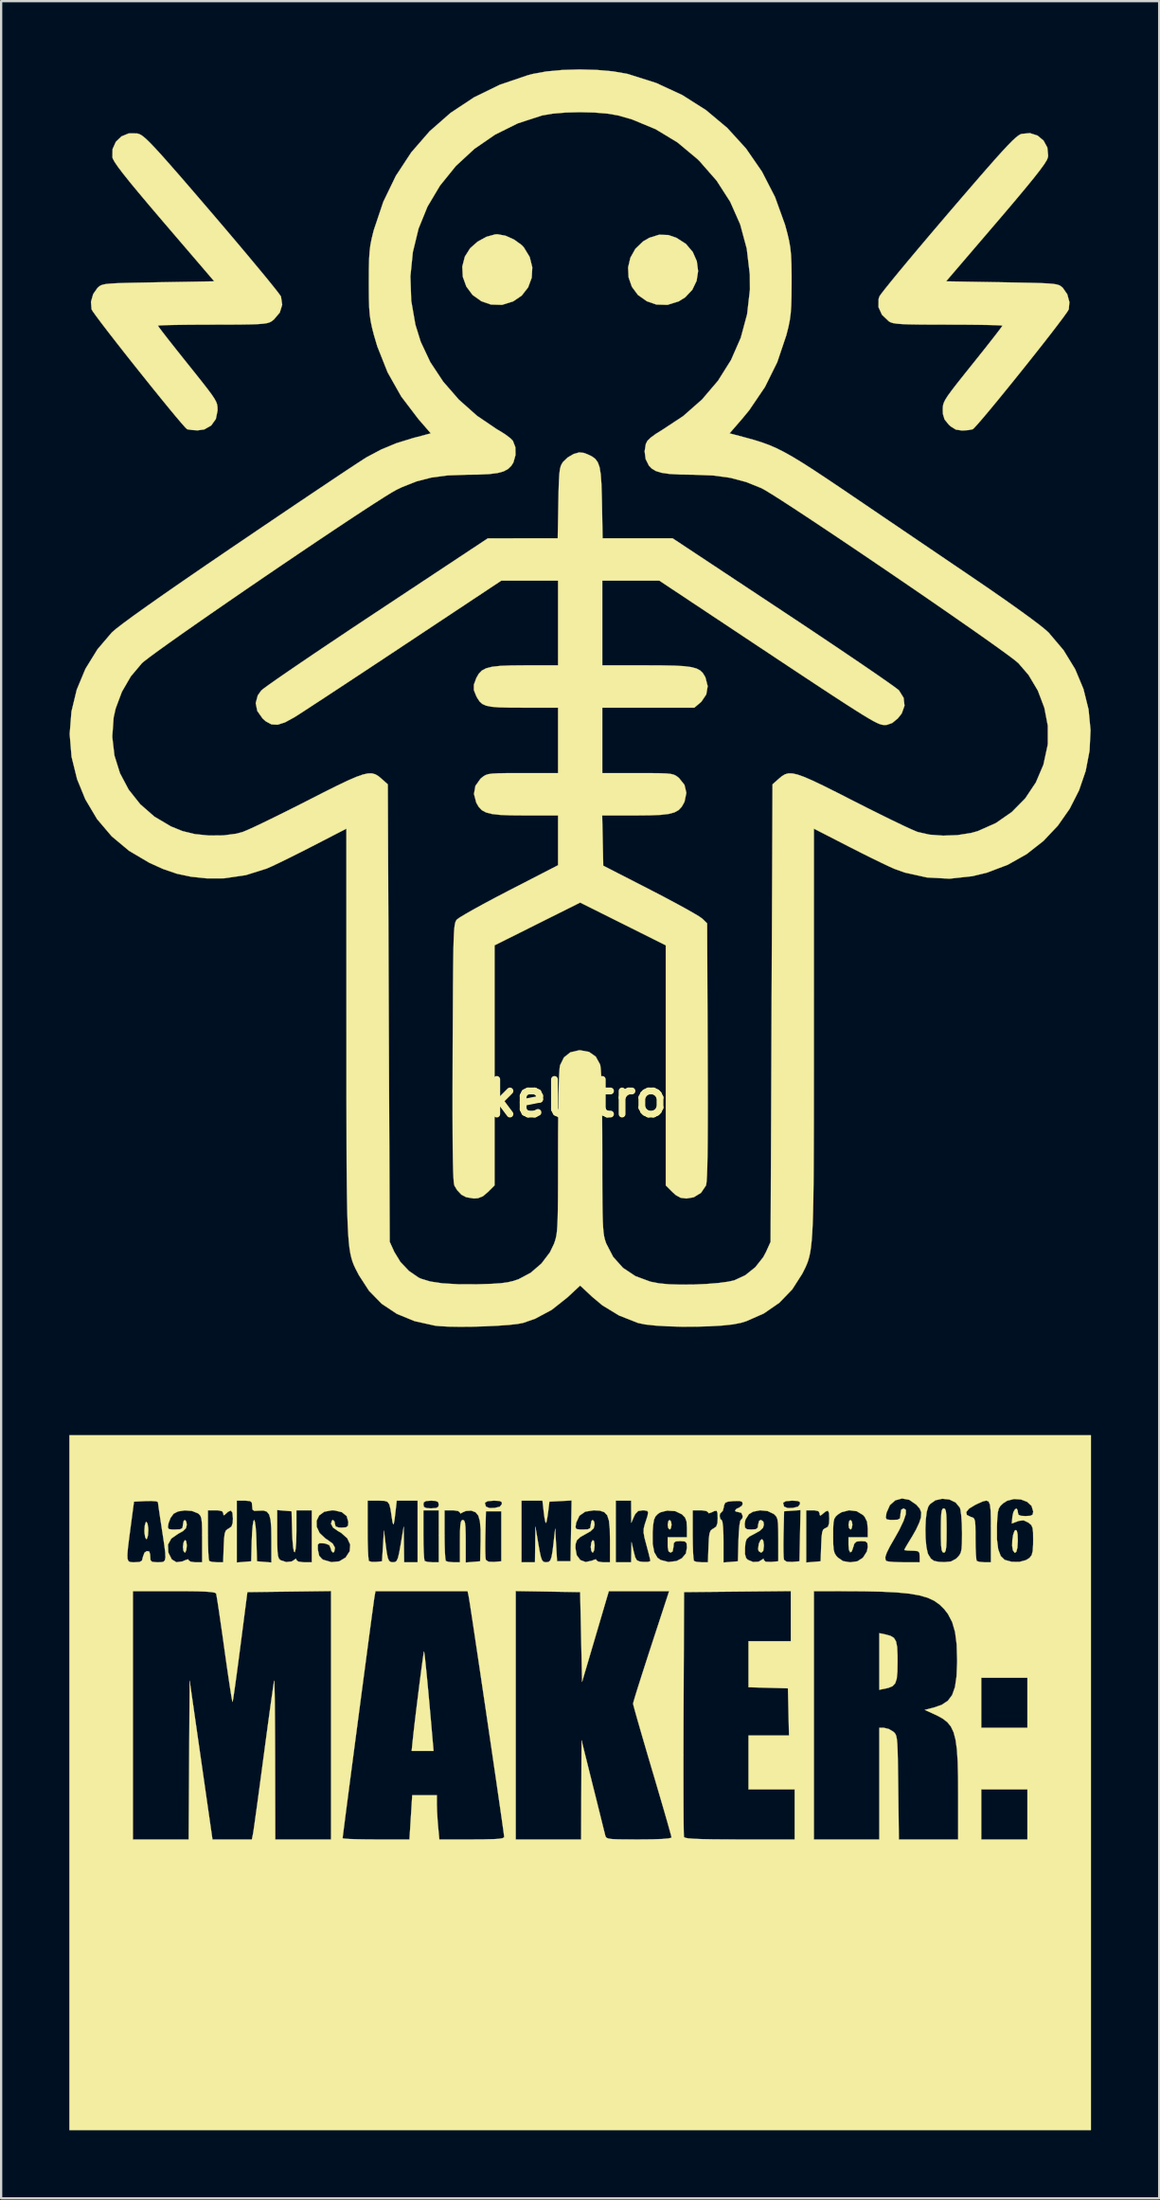
<source format=kicad_pcb>
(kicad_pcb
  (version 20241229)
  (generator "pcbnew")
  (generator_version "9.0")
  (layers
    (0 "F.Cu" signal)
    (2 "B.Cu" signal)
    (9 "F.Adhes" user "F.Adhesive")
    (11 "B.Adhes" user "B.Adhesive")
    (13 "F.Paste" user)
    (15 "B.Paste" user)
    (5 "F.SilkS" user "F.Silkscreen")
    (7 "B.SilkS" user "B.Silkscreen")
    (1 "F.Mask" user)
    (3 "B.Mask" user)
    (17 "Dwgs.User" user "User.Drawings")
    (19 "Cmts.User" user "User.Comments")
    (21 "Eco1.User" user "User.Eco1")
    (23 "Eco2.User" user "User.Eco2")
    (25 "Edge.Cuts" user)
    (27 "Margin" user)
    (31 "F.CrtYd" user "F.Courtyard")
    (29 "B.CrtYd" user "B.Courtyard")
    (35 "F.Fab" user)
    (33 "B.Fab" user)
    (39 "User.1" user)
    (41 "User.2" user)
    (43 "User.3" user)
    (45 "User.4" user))
  (footprint "skeletron"
    (layer "F.Cu")
    (at 22.442 45.266)
    (property "Reference" "skeletron" (at 0 0 0) (layer "F.SilkS") (effects (font (size 1.524 1.524) (thickness 0.3))))
    (attr through_hole)
    (fp_poly (pts (xy 4.043 18.614) (xy 4.064 18.754) (xy 4.035 18.913) (xy 3.979 18.965) (xy 3.916 18.893) (xy 3.895 18.754) (xy 3.924 18.595) (xy 3.979 18.542) (xy 4.043 18.614)) (stroke (width 0.01) (type solid)) (fill yes) (layer "F.SilkS"))
    (fp_poly (pts (xy 12.002 18.614) (xy 12.023 18.754) (xy 11.994 18.913) (xy 11.938 18.965) (xy 11.874 18.893) (xy 11.853 18.754) (xy 11.882 18.595) (xy 11.938 18.542) (xy 12.002 18.614)) (stroke (width 0.01) (type solid)) (fill yes) (layer "F.SilkS"))
    (fp_poly (pts (xy -17.299 19.467) (xy -17.273 19.639) (xy -17.272 19.68) (xy -17.293 19.878) (xy -17.345 19.978) (xy -17.357 19.981) (xy -17.417 19.908) (xy -17.441 19.732) (xy -17.415 19.537) (xy -17.357 19.431) (xy -17.299 19.467)) (stroke (width 0.01) (type solid)) (fill yes) (layer "F.SilkS"))
    (fp_poly (pts (xy 0.65 19.467) (xy 0.677 19.639) (xy 0.677 19.68) (xy 0.656 19.878) (xy 0.605 19.978) (xy 0.593 19.981) (xy 0.533 19.908) (xy 0.508 19.732) (xy 0.534 19.537) (xy 0.593 19.431) (xy 0.65 19.467)) (stroke (width 0.01) (type solid)) (fill yes) (layer "F.SilkS"))
    (fp_poly (pts (xy 8.102 19.463) (xy 8.127 19.646) (xy 8.128 19.685) (xy 8.1 19.904) (xy 8.013 19.981) (xy 8.001 19.981) (xy 7.897 19.911) (xy 7.874 19.819) (xy 7.905 19.59) (xy 7.982 19.429) (xy 8.052 19.389) (xy 8.102 19.463)) (stroke (width 0.01) (type solid)) (fill yes) (layer "F.SilkS"))
    (fp_poly (pts (xy -19 18.702) (xy -18.969 18.894) (xy -18.965 19.008) (xy -18.982 19.235) (xy -19.025 19.371) (xy -19.05 19.389) (xy -19.1 19.313) (xy -19.131 19.122) (xy -19.135 19.008) (xy -19.118 18.78) (xy -19.075 18.644) (xy -19.05 18.627) (xy -19 18.702)) (stroke (width 0.01) (type solid)) (fill yes) (layer "F.SilkS"))
    (fp_poly (pts (xy 19.261 19.018) (xy 19.294 19.178) (xy 19.304 19.466) (xy 19.286 19.762) (xy 19.239 19.943) (xy 19.172 19.992) (xy 19.096 19.891) (xy 19.084 19.864) (xy 19.055 19.68) (xy 19.062 19.438) (xy 19.098 19.2) (xy 19.156 19.03) (xy 19.198 18.986) (xy 19.261 19.018)) (stroke (width 0.01) (type solid)) (fill yes) (layer "F.SilkS"))
    (fp_poly (pts (xy 13.483 23.581) (xy 13.703 23.641) (xy 13.852 23.732) (xy 13.944 23.885) (xy 13.993 24.129) (xy 14.01 24.495) (xy 14.012 24.765) (xy 14.005 25.217) (xy 13.974 25.53) (xy 13.906 25.733) (xy 13.789 25.857) (xy 13.608 25.93) (xy 13.482 25.959) (xy 13.208 26.014) (xy 13.208 23.524) (xy 13.483 23.581)) (stroke (width 0.01) (type solid)) (fill yes) (layer "F.SilkS"))
    (fp_poly (pts (xy 16.1 18.06) (xy 16.137 18.156) (xy 16.159 18.347) (xy 16.169 18.661) (xy 16.171 19.008) (xy 16.168 19.435) (xy 16.155 19.72) (xy 16.13 19.888) (xy 16.09 19.966) (xy 16.044 19.981) (xy 15.989 19.955) (xy 15.951 19.86) (xy 15.929 19.668) (xy 15.919 19.354) (xy 15.917 19.008) (xy 15.921 18.58) (xy 15.933 18.295) (xy 15.958 18.127) (xy 15.999 18.049) (xy 16.044 18.034) (xy 16.1 18.06)) (stroke (width 0.01) (type solid)) (fill yes) (layer "F.SilkS"))
    (fp_poly (pts (xy 3.926 -37.977) (xy 4.276 -37.857) (xy 4.696 -37.588) (xy 4.997 -37.234) (xy 5.176 -36.826) (xy 5.233 -36.392) (xy 5.167 -35.963) (xy 4.976 -35.567) (xy 4.661 -35.234) (xy 4.382 -35.062) (xy 3.886 -34.906) (xy 3.395 -34.92) (xy 2.978 -35.064) (xy 2.585 -35.341) (xy 2.318 -35.701) (xy 2.174 -36.114) (xy 2.152 -36.551) (xy 2.252 -36.98) (xy 2.472 -37.372) (xy 2.811 -37.698) (xy 3.087 -37.856) (xy 3.518 -37.991) (xy 3.926 -37.977)) (stroke (width 0.01) (type solid)) (fill yes) (layer "F.SilkS"))
    (fp_poly (pts (xy -6.816 24.402) (xy -6.788 24.626) (xy -6.75 24.982) (xy -6.703 25.452) (xy -6.649 26.019) (xy -6.59 26.664) (xy -6.527 27.369) (xy -6.462 28.116) (xy -6.457 28.173) (xy -6.411 28.702) (xy -7.374 28.702) (xy -7.32 28.173) (xy -7.282 27.83) (xy -7.233 27.404) (xy -7.175 26.922) (xy -7.112 26.412) (xy -7.048 25.902) (xy -6.986 25.42) (xy -6.93 24.993) (xy -6.883 24.651) (xy -6.849 24.42) (xy -6.831 24.329) (xy -6.831 24.329) (xy -6.816 24.402)) (stroke (width 0.01) (type solid)) (fill yes) (layer "F.SilkS"))
    (fp_poly (pts (xy -3.241 -37.947) (xy -2.861 -37.776) (xy -2.532 -37.536) (xy -2.438 -37.437) (xy -2.179 -37.013) (xy -2.065 -36.557) (xy -2.09 -36.1) (xy -2.248 -35.674) (xy -2.533 -35.311) (xy -2.9 -35.062) (xy -3.395 -34.906) (xy -3.887 -34.92) (xy -4.304 -35.064) (xy -4.693 -35.342) (xy -4.968 -35.711) (xy -5.122 -36.138) (xy -5.146 -36.588) (xy -5.034 -37.027) (xy -4.8 -37.397) (xy -4.471 -37.687) (xy -4.083 -37.9) (xy -3.699 -38.006) (xy -3.598 -38.012) (xy -3.241 -37.947)) (stroke (width 0.01) (type solid)) (fill yes) (layer "F.SilkS"))
    (fp_poly (pts (xy -19.46 -42.446) (xy -19.383 -42.426) (xy -19.3 -42.39) (xy -19.196 -42.319) (xy -19.061 -42.203) (xy -18.886 -42.033) (xy -18.661 -41.798) (xy -18.378 -41.489) (xy -18.028 -41.094) (xy -17.6 -40.606) (xy -17.087 -40.013) (xy -16.478 -39.305) (xy -16.142 -38.913) (xy -15.58 -38.255) (xy -15.051 -37.631) (xy -14.565 -37.054) (xy -14.132 -36.534) (xy -13.762 -36.087) (xy -13.468 -35.724) (xy -13.258 -35.458) (xy -13.144 -35.302) (xy -13.126 -35.272) (xy -13.072 -34.911) (xy -13.179 -34.567) (xy -13.437 -34.262) (xy -13.544 -34.18) (xy -13.622 -34.138) (xy -13.731 -34.104) (xy -13.89 -34.079) (xy -14.119 -34.06) (xy -14.437 -34.048) (xy -14.866 -34.041) (xy -15.423 -34.037) (xy -16.13 -34.036) (xy -16.148 -34.036) (xy -16.765 -34.034) (xy -17.323 -34.03) (xy -17.801 -34.023) (xy -18.177 -34.015) (xy -18.43 -34.004) (xy -18.539 -33.993) (xy -18.542 -33.991) (xy -18.491 -33.914) (xy -18.35 -33.726) (xy -18.132 -33.444) (xy -17.853 -33.09) (xy -17.529 -32.682) (xy -17.374 -32.488) (xy -16.944 -31.951) (xy -16.609 -31.53) (xy -16.356 -31.205) (xy -16.173 -30.959) (xy -16.05 -30.774) (xy -15.974 -30.633) (xy -15.935 -30.517) (xy -15.92 -30.409) (xy -15.917 -30.291) (xy -15.917 -30.256) (xy -15.992 -29.886) (xy -16.196 -29.6) (xy -16.502 -29.426) (xy -16.792 -29.386) (xy -17.042 -29.401) (xy -17.228 -29.429) (xy -17.258 -29.438) (xy -17.34 -29.515) (xy -17.511 -29.708) (xy -17.758 -29.999) (xy -18.066 -30.371) (xy -18.422 -30.806) (xy -18.81 -31.286) (xy -19.217 -31.794) (xy -19.63 -32.311) (xy -20.033 -32.82) (xy -20.412 -33.304) (xy -20.754 -33.744) (xy -21.044 -34.123) (xy -21.269 -34.424) (xy -21.413 -34.627) (xy -21.462 -34.711) (xy -21.488 -35.04) (xy -21.391 -35.382) (xy -21.201 -35.652) (xy -21.135 -35.711) (xy -21.065 -35.758) (xy -20.969 -35.794) (xy -20.829 -35.822) (xy -20.625 -35.842) (xy -20.336 -35.858) (xy -19.944 -35.871) (xy -19.429 -35.882) (xy -18.77 -35.894) (xy -18.523 -35.899) (xy -16.062 -35.941) (xy -18.276 -38.523) (xy -18.877 -39.228) (xy -19.373 -39.817) (xy -19.771 -40.298) (xy -20.078 -40.682) (xy -20.301 -40.977) (xy -20.448 -41.192) (xy -20.527 -41.339) (xy -20.543 -41.39) (xy -20.537 -41.76) (xy -20.394 -42.078) (xy -20.146 -42.317) (xy -19.824 -42.449) (xy -19.46 -42.446)) (stroke (width 0.01) (type solid)) (fill yes) (layer "F.SilkS"))
    (fp_poly (pts (xy 20.171 -42.353) (xy 20.436 -42.133) (xy 20.603 -41.829) (xy 20.639 -41.468) (xy 20.627 -41.39) (xy 20.582 -41.277) (xy 20.471 -41.098) (xy 20.288 -40.845) (xy 20.026 -40.509) (xy 19.676 -40.08) (xy 19.232 -39.548) (xy 18.687 -38.905) (xy 18.36 -38.523) (xy 16.147 -35.941) (xy 18.608 -35.899) (xy 19.317 -35.886) (xy 19.877 -35.875) (xy 20.306 -35.863) (xy 20.626 -35.848) (xy 20.856 -35.829) (xy 21.014 -35.804) (xy 21.122 -35.771) (xy 21.199 -35.727) (xy 21.264 -35.673) (xy 21.286 -35.652) (xy 21.481 -35.371) (xy 21.574 -35.029) (xy 21.547 -34.711) (xy 21.48 -34.598) (xy 21.32 -34.374) (xy 21.082 -34.057) (xy 20.781 -33.664) (xy 20.43 -33.213) (xy 20.043 -32.723) (xy 19.635 -32.21) (xy 19.22 -31.693) (xy 18.812 -31.189) (xy 18.426 -30.716) (xy 18.075 -30.291) (xy 17.774 -29.933) (xy 17.537 -29.659) (xy 17.379 -29.487) (xy 17.318 -29.435) (xy 17.139 -29.398) (xy 16.889 -29.38) (xy 16.848 -29.379) (xy 16.577 -29.418) (xy 16.347 -29.561) (xy 16.263 -29.64) (xy 16.081 -29.864) (xy 16.009 -30.101) (xy 16.002 -30.256) (xy 16.003 -30.379) (xy 16.014 -30.488) (xy 16.046 -30.6) (xy 16.111 -30.733) (xy 16.22 -30.905) (xy 16.386 -31.133) (xy 16.619 -31.436) (xy 16.932 -31.83) (xy 17.336 -32.335) (xy 17.459 -32.488) (xy 17.798 -32.913) (xy 18.099 -33.294) (xy 18.346 -33.611) (xy 18.523 -33.843) (xy 18.616 -33.972) (xy 18.627 -33.991) (xy 18.546 -34.002) (xy 18.316 -34.013) (xy 17.961 -34.022) (xy 17.499 -34.029) (xy 16.954 -34.034) (xy 16.346 -34.036) (xy 16.233 -34.036) (xy 15.522 -34.037) (xy 14.961 -34.041) (xy 14.53 -34.048) (xy 14.209 -34.06) (xy 13.979 -34.078) (xy 13.818 -34.103) (xy 13.709 -34.137) (xy 13.631 -34.179) (xy 13.629 -34.18) (xy 13.326 -34.469) (xy 13.173 -34.804) (xy 13.177 -35.161) (xy 13.211 -35.272) (xy 13.281 -35.377) (xy 13.451 -35.597) (xy 13.711 -35.92) (xy 14.049 -36.333) (xy 14.456 -36.823) (xy 14.921 -37.377) (xy 15.433 -37.983) (xy 15.982 -38.627) (xy 16.226 -38.913) (xy 16.885 -39.68) (xy 17.445 -40.329) (xy 17.913 -40.867) (xy 18.3 -41.306) (xy 18.615 -41.656) (xy 18.867 -41.926) (xy 19.065 -42.127) (xy 19.219 -42.268) (xy 19.337 -42.36) (xy 19.429 -42.412) (xy 19.468 -42.426) (xy 19.838 -42.46) (xy 20.171 -42.353)) (stroke (width 0.01) (type solid)) (fill yes) (layer "F.SilkS"))
    (fp_poly (pts (xy 0.198 -28.395) (xy 0.361 -28.335) (xy 0.56 -28.24) (xy 0.71 -28.129) (xy 0.82 -27.977) (xy 0.897 -27.761) (xy 0.947 -27.457) (xy 0.977 -27.042) (xy 0.995 -26.491) (xy 1.002 -26.187) (xy 1.029 -24.638) (xy 4.109 -24.638) (xy 8.976 -21.418) (xy 9.799 -20.872) (xy 10.586 -20.347) (xy 11.323 -19.853) (xy 11.998 -19.397) (xy 12.6 -18.989) (xy 13.116 -18.635) (xy 13.534 -18.344) (xy 13.843 -18.125) (xy 14.029 -17.986) (xy 14.076 -17.945) (xy 14.278 -17.62) (xy 14.317 -17.274) (xy 14.195 -16.932) (xy 14.021 -16.713) (xy 13.777 -16.513) (xy 13.543 -16.431) (xy 13.44 -16.425) (xy 13.374 -16.429) (xy 13.299 -16.442) (xy 13.207 -16.472) (xy 13.088 -16.525) (xy 12.933 -16.605) (xy 12.733 -16.72) (xy 12.477 -16.874) (xy 12.158 -17.074) (xy 11.765 -17.325) (xy 11.289 -17.634) (xy 10.72 -18.006) (xy 10.05 -18.448) (xy 9.269 -18.964) (xy 8.368 -19.562) (xy 7.336 -20.246) (xy 7.119 -20.391) (xy 3.527 -22.775) (xy 1.016 -22.775) (xy 1.016 -19.05) (xy 2.924 -19.05) (xy 3.628 -19.047) (xy 4.183 -19.036) (xy 4.609 -19.013) (xy 4.928 -18.972) (xy 5.159 -18.911) (xy 5.323 -18.825) (xy 5.441 -18.71) (xy 5.533 -18.561) (xy 5.556 -18.514) (xy 5.654 -18.133) (xy 5.592 -17.769) (xy 5.379 -17.453) (xy 5.325 -17.404) (xy 5.067 -17.187) (xy 1.016 -17.187) (xy 1.016 -14.309) (xy 2.576 -14.309) (xy 3.125 -14.308) (xy 3.532 -14.304) (xy 3.823 -14.294) (xy 4.024 -14.274) (xy 4.162 -14.241) (xy 4.263 -14.192) (xy 4.355 -14.124) (xy 4.393 -14.092) (xy 4.633 -13.792) (xy 4.716 -13.44) (xy 4.638 -13.062) (xy 4.616 -13.011) (xy 4.51 -12.824) (xy 4.377 -12.683) (xy 4.195 -12.582) (xy 3.939 -12.513) (xy 3.585 -12.472) (xy 3.11 -12.452) (xy 2.491 -12.446) (xy 2.461 -12.446) (xy 1.011 -12.446) (xy 1.035 -11.341) (xy 1.058 -10.236) (xy 3.133 -9.173) (xy 3.689 -8.885) (xy 4.204 -8.611) (xy 4.657 -8.364) (xy 5.025 -8.156) (xy 5.286 -8) (xy 5.418 -7.906) (xy 5.419 -7.906) (xy 5.63 -7.701) (xy 5.653 -2.052) (xy 5.657 -0.831) (xy 5.659 0.228) (xy 5.658 1.134) (xy 5.654 1.895) (xy 5.647 2.518) (xy 5.637 3.012) (xy 5.624 3.384) (xy 5.608 3.642) (xy 5.589 3.794) (xy 5.578 3.833) (xy 5.361 4.154) (xy 5.041 4.35) (xy 4.721 4.403) (xy 4.468 4.373) (xy 4.258 4.259) (xy 4.098 4.115) (xy 3.81 3.827) (xy 3.81 -6.733) (xy 1.926 -7.674) (xy 0.042 -8.614) (xy -1.841 -7.674) (xy -3.725 -6.733) (xy -3.725 3.827) (xy -4.013 4.115) (xy -4.24 4.306) (xy -4.455 4.39) (xy -4.637 4.403) (xy -4.972 4.347) (xy -5.184 4.236) (xy -5.373 4.035) (xy -5.494 3.833) (xy -5.515 3.731) (xy -5.532 3.526) (xy -5.547 3.212) (xy -5.558 2.779) (xy -5.566 2.222) (xy -5.571 1.53) (xy -5.574 0.698) (xy -5.574 -0.285) (xy -5.571 -1.425) (xy -5.569 -2.045) (xy -5.564 -3.161) (xy -5.559 -4.12) (xy -5.555 -4.934) (xy -5.549 -5.616) (xy -5.542 -6.178) (xy -5.534 -6.633) (xy -5.524 -6.992) (xy -5.512 -7.269) (xy -5.497 -7.475) (xy -5.479 -7.623) (xy -5.458 -7.726) (xy -5.432 -7.795) (xy -5.403 -7.843) (xy -5.381 -7.869) (xy -5.264 -7.955) (xy -5.017 -8.104) (xy -4.662 -8.307) (xy -4.218 -8.551) (xy -3.707 -8.824) (xy -3.149 -9.115) (xy -3.073 -9.154) (xy -0.931 -10.257) (xy -0.931 -12.446) (xy -2.379 -12.446) (xy -3.004 -12.451) (xy -3.484 -12.471) (xy -3.842 -12.511) (xy -4.102 -12.579) (xy -4.287 -12.679) (xy -4.421 -12.819) (xy -4.527 -13.004) (xy -4.531 -13.011) (xy -4.631 -13.392) (xy -4.568 -13.748) (xy -4.349 -14.056) (xy -4.309 -14.092) (xy -4.214 -14.168) (xy -4.119 -14.224) (xy -3.998 -14.263) (xy -3.824 -14.287) (xy -3.571 -14.301) (xy -3.212 -14.307) (xy -2.721 -14.309) (xy -2.491 -14.309) (xy -0.931 -14.309) (xy -0.931 -17.187) (xy -2.479 -17.187) (xy -3.076 -17.19) (xy -3.529 -17.201) (xy -3.862 -17.228) (xy -4.099 -17.276) (xy -4.265 -17.351) (xy -4.385 -17.46) (xy -4.483 -17.608) (xy -4.53 -17.696) (xy -4.636 -17.961) (xy -4.636 -18.198) (xy -4.531 -18.484) (xy -4.523 -18.501) (xy -4.418 -18.683) (xy -4.284 -18.821) (xy -4.097 -18.919) (xy -3.834 -18.986) (xy -3.471 -19.026) (xy -2.985 -19.045) (xy -2.379 -19.05) (xy -0.931 -19.05) (xy -0.931 -22.775) (xy -2.18 -22.775) (xy -3.429 -22.775) (xy -7.705 -19.94) (xy -8.487 -19.422) (xy -9.241 -18.923) (xy -9.954 -18.453) (xy -10.61 -18.021) (xy -11.195 -17.636) (xy -11.696 -17.309) (xy -12.097 -17.047) (xy -12.384 -16.861) (xy -12.536 -16.766) (xy -12.947 -16.541) (xy -13.272 -16.437) (xy -13.543 -16.451) (xy -13.79 -16.583) (xy -13.936 -16.713) (xy -14.167 -17.041) (xy -14.238 -17.387) (xy -14.146 -17.729) (xy -13.991 -17.945) (xy -13.882 -18.033) (xy -13.644 -18.207) (xy -13.289 -18.456) (xy -12.828 -18.774) (xy -12.275 -19.151) (xy -11.641 -19.581) (xy -10.938 -20.053) (xy -10.179 -20.56) (xy -9.376 -21.095) (xy -8.89 -21.416) (xy -4.022 -24.636) (xy -2.483 -24.637) (xy -0.945 -24.638) (xy -0.917 -26.198) (xy -0.906 -26.755) (xy -0.892 -27.169) (xy -0.874 -27.467) (xy -0.848 -27.674) (xy -0.811 -27.819) (xy -0.759 -27.926) (xy -0.711 -27.997) (xy -0.504 -28.195) (xy -0.248 -28.344) (xy -0.237 -28.349) (xy -0.003 -28.415) (xy 0.198 -28.395)) (stroke (width 0.01) (type solid)) (fill yes) (layer "F.SilkS"))
    (fp_poly (pts (xy 0.775 -45.24) (xy 1.487 -45.177) (xy 2.096 -45.072) (xy 2.145 -45.06) (xy 3.386 -44.667) (xy 4.533 -44.137) (xy 5.579 -43.474) (xy 6.518 -42.687) (xy 7.342 -41.783) (xy 8.044 -40.767) (xy 8.619 -39.648) (xy 9.058 -38.432) (xy 9.163 -38.044) (xy 9.237 -37.727) (xy 9.289 -37.426) (xy 9.322 -37.102) (xy 9.34 -36.713) (xy 9.347 -36.221) (xy 9.347 -35.856) (xy 9.343 -35.299) (xy 9.331 -34.869) (xy 9.307 -34.525) (xy 9.267 -34.226) (xy 9.207 -33.93) (xy 9.122 -33.595) (xy 9.116 -33.571) (xy 8.717 -32.386) (xy 8.175 -31.292) (xy 7.487 -30.277) (xy 7.167 -29.888) (xy 6.617 -29.254) (xy 7.331 -29.065) (xy 7.701 -28.963) (xy 8.036 -28.858) (xy 8.355 -28.742) (xy 8.676 -28.603) (xy 9.017 -28.432) (xy 9.396 -28.219) (xy 9.832 -27.954) (xy 10.342 -27.627) (xy 10.946 -27.227) (xy 11.662 -26.746) (xy 12.065 -26.472) (xy 12.63 -26.089) (xy 13.303 -25.632) (xy 14.054 -25.123) (xy 14.85 -24.583) (xy 15.66 -24.034) (xy 16.453 -23.496) (xy 17.187 -22.999) (xy 17.987 -22.454) (xy 18.705 -21.956) (xy 19.33 -21.513) (xy 19.853 -21.134) (xy 20.263 -20.825) (xy 20.547 -20.594) (xy 20.659 -20.492) (xy 21.318 -19.714) (xy 21.828 -18.881) (xy 22.193 -18.008) (xy 22.417 -17.109) (xy 22.505 -16.199) (xy 22.461 -15.292) (xy 22.291 -14.404) (xy 21.998 -13.549) (xy 21.588 -12.741) (xy 21.065 -11.995) (xy 20.433 -11.326) (xy 19.697 -10.748) (xy 18.862 -10.277) (xy 17.933 -9.926) (xy 17.3 -9.774) (xy 16.299 -9.665) (xy 15.304 -9.718) (xy 14.337 -9.932) (xy 13.885 -10.092) (xy 13.665 -10.19) (xy 13.326 -10.35) (xy 12.901 -10.557) (xy 12.422 -10.795) (xy 11.92 -11.05) (xy 11.874 -11.073) (xy 10.329 -11.866) (xy 10.328 -2.906) (xy 10.328 -1.428) (xy 10.327 -0.109) (xy 10.326 1.06) (xy 10.323 2.091) (xy 10.319 2.993) (xy 10.313 3.775) (xy 10.304 4.449) (xy 10.292 5.025) (xy 10.276 5.511) (xy 10.256 5.92) (xy 10.231 6.26) (xy 10.201 6.541) (xy 10.166 6.775) (xy 10.124 6.97) (xy 10.076 7.138) (xy 10.021 7.287) (xy 9.959 7.429) (xy 9.888 7.572) (xy 9.819 7.71) (xy 9.376 8.402) (xy 8.808 8.99) (xy 8.127 9.46) (xy 7.35 9.802) (xy 7.112 9.874) (xy 6.765 9.941) (xy 6.293 9.991) (xy 5.733 10.024) (xy 5.122 10.041) (xy 4.496 10.042) (xy 3.893 10.025) (xy 3.348 9.992) (xy 2.899 9.943) (xy 2.587 9.878) (xy 1.752 9.549) (xy 1.024 9.106) (xy 0.575 8.732) (xy 0.042 8.233) (xy -0.518 8.754) (xy -1.204 9.298) (xy -1.934 9.689) (xy -2.466 9.875) (xy -2.728 9.924) (xy -3.121 9.966) (xy -3.609 10) (xy -4.154 10.026) (xy -4.72 10.042) (xy -5.269 10.046) (xy -5.763 10.038) (xy -6.166 10.016) (xy -6.35 9.996) (xy -7.247 9.797) (xy -8.027 9.477) (xy -8.694 9.033) (xy -9.25 8.464) (xy -9.696 7.776) (xy -9.779 7.617) (xy -9.854 7.471) (xy -9.92 7.327) (xy -9.979 7.176) (xy -10.029 7.007) (xy -10.073 6.811) (xy -10.111 6.577) (xy -10.142 6.294) (xy -10.168 5.954) (xy -10.189 5.546) (xy -10.206 5.059) (xy -10.218 4.484) (xy -10.228 3.811) (xy -10.235 3.03) (xy -10.239 2.129) (xy -10.241 1.1) (xy -10.243 -0.067) (xy -10.243 -1.384) (xy -10.243 -2.859) (xy -10.243 -2.906) (xy -10.245 -11.866) (xy -11.748 -11.091) (xy -12.247 -10.836) (xy -12.73 -10.595) (xy -13.165 -10.382) (xy -13.517 -10.215) (xy -13.753 -10.11) (xy -13.754 -10.11) (xy -14.673 -9.821) (xy -15.633 -9.68) (xy -16.38 -9.678) (xy -17.082 -9.751) (xy -17.703 -9.882) (xy -18.315 -10.091) (xy -18.923 -10.366) (xy -19.812 -10.891) (xy -20.577 -11.53) (xy -21.218 -12.284) (xy -21.735 -13.154) (xy -22.098 -14.04) (xy -22.343 -15.03) (xy -22.415 -15.906) (xy -20.552 -15.906) (xy -20.456 -15.082) (xy -20.211 -14.302) (xy -19.829 -13.582) (xy -19.321 -12.941) (xy -18.697 -12.395) (xy -17.968 -11.964) (xy -17.457 -11.757) (xy -16.91 -11.625) (xy -16.292 -11.562) (xy -15.664 -11.568) (xy -15.091 -11.644) (xy -14.817 -11.718) (xy -14.625 -11.796) (xy -14.306 -11.94) (xy -13.883 -12.141) (xy -13.378 -12.387) (xy -12.814 -12.667) (xy -12.213 -12.969) (xy -11.972 -13.092) (xy -11.251 -13.46) (xy -10.662 -13.754) (xy -10.189 -13.979) (xy -9.816 -14.141) (xy -9.524 -14.245) (xy -9.297 -14.295) (xy -9.119 -14.297) (xy -8.971 -14.255) (xy -8.838 -14.176) (xy -8.702 -14.062) (xy -8.701 -14.062) (xy -8.424 -13.815) (xy -8.382 -3.753) (xy -8.34 6.308) (xy -8.139 6.751) (xy -7.867 7.196) (xy -7.494 7.589) (xy -7.073 7.879) (xy -6.957 7.933) (xy -6.557 8.054) (xy -6.022 8.134) (xy -5.344 8.174) (xy -4.512 8.177) (xy -4.36 8.173) (xy -3.841 8.156) (xy -3.45 8.13) (xy -3.147 8.089) (xy -2.892 8.029) (xy -2.67 7.954) (xy -2.136 7.671) (xy -1.663 7.264) (xy -1.29 6.773) (xy -1.114 6.408) (xy -1.069 6.282) (xy -1.032 6.156) (xy -1.002 6.013) (xy -0.979 5.835) (xy -0.962 5.604) (xy -0.949 5.304) (xy -0.94 4.918) (xy -0.935 4.426) (xy -0.932 3.814) (xy -0.931 3.062) (xy -0.931 2.389) (xy -0.929 1.48) (xy -0.922 0.671) (xy -0.912 -0.028) (xy -0.898 -0.604) (xy -0.881 -1.044) (xy -0.861 -1.337) (xy -0.843 -1.457) (xy -0.67 -1.805) (xy -0.387 -2.028) (xy -0.006 -2.116) (xy 0.042 -2.117) (xy 0.433 -2.045) (xy 0.728 -1.837) (xy 0.914 -1.502) (xy 0.928 -1.457) (xy 0.95 -1.289) (xy 0.97 -0.965) (xy 0.986 -0.496) (xy 0.999 0.106) (xy 1.009 0.829) (xy 1.014 1.66) (xy 1.016 2.389) (xy 1.016 3.259) (xy 1.018 3.978) (xy 1.021 4.561) (xy 1.028 5.027) (xy 1.038 5.393) (xy 1.052 5.675) (xy 1.071 5.891) (xy 1.095 6.058) (xy 1.126 6.194) (xy 1.165 6.316) (xy 1.188 6.38) (xy 1.495 6.972) (xy 1.927 7.454) (xy 2.476 7.819) (xy 3.132 8.061) (xy 3.524 8.137) (xy 3.952 8.177) (xy 4.474 8.193) (xy 5.042 8.188) (xy 5.612 8.162) (xy 6.139 8.119) (xy 6.577 8.059) (xy 6.825 8.003) (xy 7.31 7.779) (xy 7.751 7.425) (xy 8.101 6.982) (xy 8.222 6.755) (xy 8.424 6.308) (xy 8.509 -13.815) (xy 8.786 -14.062) (xy 8.922 -14.175) (xy 9.055 -14.255) (xy 9.203 -14.297) (xy 9.381 -14.295) (xy 9.607 -14.245) (xy 9.898 -14.142) (xy 10.271 -13.98) (xy 10.743 -13.755) (xy 11.331 -13.462) (xy 12.052 -13.094) (xy 12.057 -13.092) (xy 12.665 -12.784) (xy 13.246 -12.494) (xy 13.777 -12.233) (xy 14.235 -12.013) (xy 14.598 -11.845) (xy 14.843 -11.74) (xy 14.901 -11.718) (xy 15.416 -11.602) (xy 16.02 -11.557) (xy 16.651 -11.581) (xy 17.247 -11.675) (xy 17.542 -11.757) (xy 18.34 -12.112) (xy 19.04 -12.598) (xy 19.631 -13.198) (xy 20.098 -13.897) (xy 20.431 -14.679) (xy 20.615 -15.528) (xy 20.625 -15.615) (xy 20.624 -16.395) (xy 20.473 -17.181) (xy 20.186 -17.938) (xy 19.776 -18.627) (xy 19.329 -19.145) (xy 19.174 -19.275) (xy 18.891 -19.489) (xy 18.495 -19.777) (xy 17.999 -20.131) (xy 17.419 -20.54) (xy 16.767 -20.994) (xy 16.058 -21.486) (xy 15.307 -22.004) (xy 14.526 -22.539) (xy 13.729 -23.082) (xy 12.932 -23.624) (xy 12.148 -24.154) (xy 11.39 -24.663) (xy 10.673 -25.142) (xy 10.011 -25.581) (xy 9.418 -25.971) (xy 8.908 -26.302) (xy 8.495 -26.564) (xy 8.192 -26.749) (xy 8.021 -26.843) (xy 7.347 -27.114) (xy 6.659 -27.297) (xy 5.908 -27.4) (xy 5.047 -27.434) (xy 5.045 -27.434) (xy 4.437 -27.443) (xy 3.972 -27.469) (xy 3.625 -27.519) (xy 3.373 -27.597) (xy 3.188 -27.708) (xy 3.07 -27.83) (xy 2.926 -28.118) (xy 2.879 -28.462) (xy 2.932 -28.787) (xy 3.004 -28.928) (xy 3.143 -29.063) (xy 3.378 -29.235) (xy 3.618 -29.383) (xy 4.572 -30.01) (xy 5.406 -30.744) (xy 6.111 -31.571) (xy 6.682 -32.48) (xy 7.111 -33.458) (xy 7.39 -34.492) (xy 7.514 -35.57) (xy 7.51 -36.237) (xy 7.374 -37.379) (xy 7.086 -38.446) (xy 6.646 -39.44) (xy 6.052 -40.364) (xy 5.302 -41.221) (xy 5.193 -41.328) (xy 4.321 -42.054) (xy 3.366 -42.632) (xy 2.326 -43.063) (xy 1.721 -43.237) (xy 1.253 -43.318) (xy 0.675 -43.366) (xy 0.041 -43.382) (xy -0.593 -43.366) (xy -1.171 -43.317) (xy -1.637 -43.237) (xy -2.703 -42.89) (xy -3.701 -42.395) (xy -4.615 -41.766) (xy -5.429 -41.014) (xy -6.127 -40.151) (xy -6.678 -39.226) (xy -7.071 -38.259) (xy -7.322 -37.227) (xy -7.43 -36.159) (xy -7.393 -35.086) (xy -7.21 -34.036) (xy -6.977 -33.285) (xy -6.555 -32.388) (xy -5.987 -31.529) (xy -5.294 -30.734) (xy -4.498 -30.027) (xy -3.622 -29.433) (xy -3.533 -29.383) (xy -3.259 -29.212) (xy -3.034 -29.043) (xy -2.92 -28.928) (xy -2.81 -28.644) (xy -2.804 -28.301) (xy -2.896 -27.974) (xy -2.985 -27.83) (xy -3.131 -27.687) (xy -3.325 -27.582) (xy -3.592 -27.509) (xy -3.956 -27.463) (xy -4.443 -27.44) (xy -4.961 -27.434) (xy -5.788 -27.404) (xy -6.504 -27.31) (xy -7.158 -27.142) (xy -7.798 -26.889) (xy -8.043 -26.771) (xy -8.252 -26.653) (xy -8.582 -26.45) (xy -9.019 -26.171) (xy -9.55 -25.826) (xy -10.161 -25.424) (xy -10.836 -24.975) (xy -11.563 -24.489) (xy -12.327 -23.975) (xy -13.115 -23.442) (xy -13.911 -22.901) (xy -14.702 -22.361) (xy -15.473 -21.831) (xy -16.212 -21.321) (xy -16.903 -20.841) (xy -17.533 -20.4) (xy -18.087 -20.008) (xy -18.551 -19.674) (xy -18.912 -19.409) (xy -19.156 -19.221) (xy -19.245 -19.144) (xy -19.732 -18.567) (xy -20.127 -17.887) (xy -20.402 -17.153) (xy -20.491 -16.756) (xy -20.552 -15.906) (xy -22.415 -15.906) (xy -22.425 -16.027) (xy -22.347 -17.016) (xy -22.114 -17.979) (xy -21.731 -18.898) (xy -21.2 -19.757) (xy -20.574 -20.491) (xy -20.393 -20.649) (xy -20.071 -20.897) (xy -19.611 -21.235) (xy -19.016 -21.66) (xy -18.286 -22.173) (xy -17.424 -22.77) (xy -16.432 -23.451) (xy -15.311 -24.214) (xy -14.986 -24.434) (xy -14.137 -25.009) (xy -13.318 -25.563) (xy -12.542 -26.086) (xy -11.82 -26.571) (xy -11.166 -27.009) (xy -10.592 -27.393) (xy -10.11 -27.713) (xy -9.733 -27.961) (xy -9.473 -28.13) (xy -9.356 -28.203) (xy -8.705 -28.548) (xy -8.053 -28.818) (xy -7.32 -29.045) (xy -7.246 -29.065) (xy -6.532 -29.254) (xy -7.082 -29.888) (xy -7.831 -30.873) (xy -8.431 -31.934) (xy -8.887 -33.082) (xy -9.032 -33.571) (xy -9.117 -33.901) (xy -9.177 -34.189) (xy -9.218 -34.474) (xy -9.243 -34.797) (xy -9.255 -35.197) (xy -9.259 -35.715) (xy -9.259 -35.899) (xy -9.257 -36.461) (xy -9.247 -36.894) (xy -9.226 -37.237) (xy -9.191 -37.529) (xy -9.136 -37.811) (xy -9.06 -38.121) (xy -9.039 -38.199) (xy -8.623 -39.438) (xy -8.071 -40.579) (xy -7.39 -41.615) (xy -6.586 -42.54) (xy -5.666 -43.347) (xy -4.635 -44.031) (xy -3.5 -44.586) (xy -2.267 -45.005) (xy -2.038 -45.065) (xy -1.447 -45.173) (xy -0.745 -45.238) (xy 0.013 -45.261) (xy 0.775 -45.24)) (stroke (width 0.01) (type solid)) (fill yes) (layer "F.SilkS"))
    (fp_poly (pts (xy 22.521 45.381) (xy -22.437 45.381) (xy -22.437 21.675) (xy -19.643 21.675) (xy -19.643 32.597) (xy -17.189 32.597) (xy -17.145 25.612) (xy -16.643 29.104) (xy -16.141 32.597) (xy -14.407 32.597) (xy -14.359 32.364) (xy -14.337 32.229) (xy -14.296 31.947) (xy -14.239 31.537) (xy -14.167 31.018) (xy -14.085 30.412) (xy -13.994 29.737) (xy -13.898 29.014) (xy -13.884 28.914) (xy -13.788 28.193) (xy -13.698 27.525) (xy -13.616 26.927) (xy -13.545 26.418) (xy -13.488 26.018) (xy -13.448 25.745) (xy -13.426 25.617) (xy -13.424 25.612) (xy -13.417 25.675) (xy -13.41 25.891) (xy -13.403 26.242) (xy -13.397 26.711) (xy -13.392 27.282) (xy -13.388 27.937) (xy -13.385 28.659) (xy -13.384 29.062) (xy -13.377 32.597) (xy -10.922 32.597) (xy -10.922 32.546) (xy -10.414 32.546) (xy -10.334 32.562) (xy -10.112 32.577) (xy -9.774 32.588) (xy -9.349 32.595) (xy -8.942 32.597) (xy -7.471 32.597) (xy -7.41 31.623) (xy -7.349 30.649) (xy -6.265 30.649) (xy -6.265 31.052) (xy -6.256 31.358) (xy -6.234 31.739) (xy -6.21 32.025) (xy -6.156 32.597) (xy -4.729 32.597) (xy -2.794 32.597) (xy 0.085 32.597) (xy 0.094 30.416) (xy 0.103 28.236) (xy 0.599 30.226) (xy 0.741 30.791) (xy 0.87 31.31) (xy 0.981 31.758) (xy 1.068 32.108) (xy 1.125 32.335) (xy 1.142 32.406) (xy 1.164 32.476) (xy 1.207 32.526) (xy 1.296 32.56) (xy 1.454 32.581) (xy 1.707 32.592) (xy 2.079 32.596) (xy 2.595 32.597) (xy 2.626 32.597) (xy 3.211 32.592) (xy 3.65 32.577) (xy 3.934 32.552) (xy 4.059 32.519) (xy 4.064 32.51) (xy 4.041 32.411) (xy 3.974 32.169) (xy 3.871 31.802) (xy 3.735 31.331) (xy 3.572 30.774) (xy 3.389 30.15) (xy 3.256 29.699) (xy 4.587 29.699) (xy 4.588 30.445) (xy 4.59 31.097) (xy 4.593 31.642) (xy 4.597 32.065) (xy 4.603 32.35) (xy 4.609 32.484) (xy 4.611 32.491) (xy 4.663 32.523) (xy 4.8 32.549) (xy 5.038 32.568) (xy 5.39 32.582) (xy 5.872 32.591) (xy 6.498 32.596) (xy 7.067 32.597) (xy 9.483 32.597) (xy 10.329 32.597) (xy 13.208 32.597) (xy 13.208 27.686) (xy 13.41 27.686) (xy 13.625 27.739) (xy 13.812 27.848) (xy 13.872 27.899) (xy 13.918 27.958) (xy 13.954 28.046) (xy 13.98 28.183) (xy 14 28.387) (xy 14.013 28.681) (xy 14.023 29.083) (xy 14.032 29.614) (xy 14.041 30.294) (xy 14.041 30.303) (xy 14.069 32.597) (xy 16.679 32.597) (xy 16.679 30.661) (xy 16.678 30.395) (xy 17.695 30.395) (xy 17.695 32.597) (xy 19.727 32.597) (xy 19.727 30.395) (xy 17.695 30.395) (xy 16.678 30.395) (xy 16.675 29.842) (xy 16.658 29.174) (xy 16.623 28.638) (xy 16.565 28.215) (xy 16.479 27.887) (xy 16.36 27.634) (xy 16.202 27.439) (xy 15.999 27.282) (xy 15.747 27.144) (xy 15.677 27.112) (xy 15.209 26.897) (xy 15.608 26.796) (xy 15.959 26.675) (xy 16.224 26.498) (xy 16.414 26.245) (xy 16.538 25.894) (xy 16.598 25.485) (xy 17.695 25.485) (xy 17.695 27.686) (xy 19.727 27.686) (xy 19.727 25.485) (xy 17.695 25.485) (xy 16.598 25.485) (xy 16.607 25.423) (xy 16.633 24.811) (xy 16.633 24.68) (xy 16.612 24.009) (xy 16.542 23.472) (xy 16.417 23.039) (xy 16.229 22.679) (xy 16.064 22.466) (xy 15.859 22.264) (xy 15.623 22.098) (xy 15.336 21.965) (xy 14.982 21.863) (xy 14.542 21.786) (xy 13.999 21.733) (xy 13.336 21.699) (xy 12.533 21.682) (xy 11.874 21.678) (xy 10.329 21.675) (xy 10.329 32.597) (xy 9.483 32.597) (xy 9.483 30.395) (xy 7.451 30.395) (xy 7.451 28.025) (xy 9.234 28.025) (xy 9.21 26.988) (xy 9.186 25.95) (xy 8.319 25.926) (xy 7.451 25.902) (xy 7.451 23.876) (xy 9.313 23.876) (xy 9.313 21.672) (xy 4.614 21.717) (xy 4.592 27.051) (xy 4.589 27.988) (xy 4.587 28.875) (xy 4.587 29.699) (xy 3.256 29.699) (xy 3.217 29.57) (xy 3.02 28.903) (xy 2.839 28.286) (xy 2.68 27.738) (xy 2.548 27.278) (xy 2.449 26.926) (xy 2.388 26.701) (xy 2.371 26.622) (xy 2.396 26.521) (xy 2.468 26.279) (xy 2.58 25.917) (xy 2.726 25.457) (xy 2.899 24.919) (xy 3.092 24.322) (xy 3.164 24.101) (xy 3.958 21.675) (xy 1.304 21.675) (xy 0.716 23.67) (xy 0.127 25.665) (xy 0.042 21.717) (xy -1.376 21.694) (xy -2.794 21.671) (xy -2.794 32.597) (xy -4.729 32.597) (xy -4.189 32.594) (xy -3.798 32.586) (xy -3.535 32.569) (xy -3.379 32.543) (xy -3.31 32.506) (xy -3.302 32.482) (xy -3.314 32.379) (xy -3.349 32.126) (xy -3.403 31.74) (xy -3.475 31.24) (xy -3.562 30.642) (xy -3.66 29.965) (xy -3.769 29.225) (xy -3.884 28.44) (xy -4.004 27.629) (xy -4.125 26.807) (xy -4.246 25.993) (xy -4.363 25.204) (xy -4.474 24.459) (xy -4.577 23.773) (xy -4.668 23.166) (xy -4.746 22.654) (xy -4.807 22.254) (xy -4.85 21.986) (xy -4.871 21.865) (xy -4.914 21.675) (xy -8.967 21.675) (xy -9.015 21.95) (xy -9.033 22.075) (xy -9.07 22.346) (xy -9.125 22.748) (xy -9.194 23.261) (xy -9.275 23.87) (xy -9.366 24.555) (xy -9.465 25.3) (xy -9.57 26.088) (xy -9.677 26.9) (xy -9.785 27.72) (xy -9.892 28.529) (xy -9.995 29.311) (xy -10.092 30.048) (xy -10.18 30.723) (xy -10.258 31.317) (xy -10.322 31.814) (xy -10.371 32.196) (xy -10.403 32.445) (xy -10.414 32.545) (xy -10.414 32.546) (xy -10.922 32.546) (xy -10.922 21.671) (xy -14.605 21.717) (xy -14.915 24.115) (xy -14.996 24.732) (xy -15.071 25.293) (xy -15.137 25.775) (xy -15.192 26.158) (xy -15.232 26.421) (xy -15.254 26.54) (xy -15.257 26.545) (xy -15.276 26.474) (xy -15.315 26.255) (xy -15.37 25.91) (xy -15.438 25.46) (xy -15.516 24.925) (xy -15.601 24.327) (xy -15.614 24.232) (xy -15.7 23.617) (xy -15.781 23.056) (xy -15.852 22.569) (xy -15.911 22.18) (xy -15.955 21.911) (xy -15.979 21.785) (xy -15.98 21.78) (xy -16.037 21.743) (xy -16.188 21.715) (xy -16.447 21.695) (xy -16.832 21.682) (xy -17.359 21.676) (xy -17.831 21.675) (xy -19.643 21.675) (xy -22.437 21.675) (xy -22.437 20.069) (xy -19.886 20.069) (xy -19.88 20.248) (xy -19.843 20.349) (xy -19.772 20.393) (xy -19.665 20.405) (xy -19.564 20.405) (xy -19.346 20.392) (xy -19.244 20.33) (xy -19.205 20.186) (xy -19.204 20.173) (xy -19.132 19.98) (xy -19.029 19.912) (xy -18.922 19.931) (xy -18.883 20.067) (xy -18.881 20.144) (xy -18.868 20.311) (xy -18.797 20.385) (xy -18.619 20.404) (xy -18.542 20.405) (xy -18.399 20.403) (xy -18.298 20.382) (xy -18.237 20.319) (xy -18.211 20.192) (xy -18.22 19.977) (xy -18.26 19.652) (xy -18.329 19.193) (xy -18.372 18.914) (xy -18.379 18.865) (xy -18.104 18.865) (xy -18.063 18.944) (xy -17.913 18.965) (xy -17.787 18.965) (xy -17.566 18.954) (xy -17.466 18.902) (xy -17.442 18.779) (xy -17.441 18.754) (xy -17.412 18.595) (xy -17.357 18.542) (xy -17.293 18.614) (xy -17.272 18.755) (xy -17.308 18.907) (xy -17.439 19.035) (xy -17.65 19.151) (xy -17.954 19.363) (xy -18.099 19.629) (xy -18.086 19.953) (xy -18.072 20.001) (xy -17.931 20.28) (xy -17.726 20.403) (xy -17.46 20.367) (xy -17.351 20.317) (xy -17.216 20.273) (xy -17.187 20.317) (xy -17.113 20.375) (xy -16.93 20.404) (xy -16.891 20.405) (xy -16.595 20.405) (xy -16.595 19.393) (xy -16.597 18.963) (xy -16.606 18.669) (xy -16.629 18.48) (xy -16.669 18.364) (xy -16.733 18.288) (xy -16.783 18.25) (xy -17.038 18.149) (xy -17.355 18.122) (xy -17.659 18.17) (xy -17.848 18.267) (xy -17.988 18.456) (xy -18.076 18.69) (xy -18.104 18.865) (xy -18.379 18.865) (xy -18.435 18.501) (xy -18.487 18.149) (xy -18.492 18.119) (xy -16.341 18.119) (xy -16.341 19.205) (xy -16.336 19.618) (xy -16.325 19.968) (xy -16.308 20.221) (xy -16.287 20.344) (xy -16.284 20.348) (xy -16.168 20.387) (xy -15.963 20.405) (xy -15.949 20.405) (xy -15.67 20.405) (xy -15.646 19.706) (xy -15.629 19.358) (xy -15.602 19.141) (xy -15.555 19.016) (xy -15.477 18.947) (xy -15.431 18.924) (xy -15.305 18.834) (xy -15.25 18.676) (xy -15.24 18.48) (xy -15.261 18.226) (xy -15.329 18.129) (xy -15.455 18.183) (xy -15.53 18.252) (xy -15.632 18.34) (xy -15.662 18.302) (xy -15.663 18.252) (xy -15.713 18.161) (xy -15.882 18.122) (xy -16.002 18.119) (xy -16.341 18.119) (xy -18.492 18.119) (xy -18.524 17.891) (xy -18.541 17.762) (xy -18.541 17.755) (xy -18.618 17.723) (xy -18.819 17.709) (xy -19.069 17.712) (xy -19.595 17.738) (xy -19.742 18.838) (xy -19.814 19.387) (xy -19.863 19.789) (xy -19.886 20.069) (xy -22.437 20.069) (xy -22.437 17.695) (xy -15.071 17.695) (xy -15.071 20.415) (xy -14.753 20.389) (xy -14.436 20.362) (xy -14.412 19.452) (xy -14.395 19.083) (xy -14.369 18.785) (xy -14.336 18.594) (xy -14.309 18.542) (xy -14.275 18.621) (xy -14.243 18.835) (xy -14.218 19.148) (xy -14.206 19.452) (xy -14.182 20.362) (xy -13.864 20.389) (xy -13.547 20.415) (xy -13.547 19.4) (xy -13.55 19.168) (xy -13.293 19.168) (xy -13.29 19.616) (xy -13.279 19.925) (xy -13.256 20.123) (xy -13.218 20.239) (xy -13.16 20.303) (xy -13.145 20.313) (xy -12.893 20.395) (xy -12.654 20.369) (xy -12.548 20.303) (xy -12.464 20.244) (xy -12.446 20.303) (xy -12.368 20.373) (xy -12.156 20.404) (xy -12.107 20.405) (xy -11.769 20.405) (xy -11.769 18.578) (xy -11.558 18.578) (xy -11.553 18.847) (xy -11.425 19.119) (xy -11.167 19.361) (xy -11.096 19.405) (xy -10.852 19.581) (xy -10.756 19.752) (xy -10.753 19.791) (xy -10.782 19.94) (xy -10.831 19.981) (xy -10.903 19.909) (xy -10.937 19.791) (xy -11.001 19.649) (xy -11.168 19.583) (xy -11.245 19.573) (xy -11.427 19.565) (xy -11.501 19.619) (xy -11.506 19.78) (xy -11.499 19.868) (xy -11.444 20.119) (xy -11.312 20.267) (xy -11.261 20.296) (xy -10.905 20.399) (xy -10.563 20.365) (xy -10.283 20.197) (xy -10.101 19.919) (xy -10.078 19.628) (xy -10.207 19.35) (xy -10.481 19.108) (xy -10.586 19.049) (xy -10.835 18.88) (xy -10.922 18.713) (xy -10.922 18.71) (xy -10.886 18.573) (xy -10.837 18.542) (xy -10.769 18.613) (xy -10.753 18.711) (xy -10.72 18.828) (xy -10.59 18.875) (xy -10.456 18.881) (xy -10.257 18.866) (xy -10.175 18.795) (xy -10.16 18.631) (xy -10.234 18.374) (xy -10.445 18.201) (xy -10.78 18.122) (xy -10.885 18.119) (xy -11.219 18.181) (xy -11.445 18.345) (xy -11.558 18.578) (xy -11.769 18.578) (xy -11.769 18.119) (xy -12.446 18.119) (xy -12.446 19.05) (xy -12.456 19.519) (xy -12.481 19.822) (xy -12.516 19.961) (xy -12.555 19.933) (xy -12.592 19.738) (xy -12.622 19.376) (xy -12.634 19.071) (xy -12.658 18.161) (xy -12.975 18.135) (xy -13.293 18.108) (xy -13.293 19.168) (xy -13.55 19.168) (xy -13.554 18.897) (xy -13.583 18.54) (xy -13.644 18.308) (xy -13.747 18.178) (xy -13.901 18.129) (xy -14.111 18.136) (xy -14.303 18.145) (xy -14.38 18.085) (xy -14.393 17.932) (xy -14.408 17.78) (xy -14.486 17.713) (xy -14.674 17.696) (xy -14.732 17.695) (xy -9.313 17.695) (xy -9.313 18.994) (xy -9.31 19.447) (xy -9.299 19.839) (xy -9.284 20.14) (xy -9.264 20.318) (xy -9.253 20.352) (xy -9.133 20.388) (xy -8.935 20.388) (xy -8.678 20.362) (xy -8.636 19.685) (xy -8.594 19.008) (xy -8.522 19.594) (xy -8.472 19.97) (xy -8.425 20.208) (xy -8.369 20.34) (xy -8.292 20.395) (xy -8.201 20.405) (xy -8.105 20.394) (xy -8.035 20.342) (xy -7.979 20.219) (xy -7.925 19.997) (xy -7.861 19.645) (xy -7.838 19.507) (xy -7.725 18.838) (xy -7.715 19.622) (xy -7.705 20.405) (xy -7.112 20.405) (xy -7.112 18.119) (xy -6.858 18.119) (xy -6.858 19.205) (xy -6.854 19.618) (xy -6.842 19.968) (xy -6.825 20.221) (xy -6.805 20.344) (xy -6.802 20.348) (xy -6.685 20.387) (xy -6.48 20.405) (xy -6.463 20.405) (xy -6.181 20.405) (xy -6.181 18.119) (xy -5.927 18.119) (xy -5.927 19.205) (xy -5.922 19.618) (xy -5.911 19.968) (xy -5.894 20.221) (xy -5.873 20.344) (xy -5.87 20.348) (xy -5.754 20.387) (xy -5.548 20.405) (xy -5.532 20.405) (xy -5.249 20.405) (xy -5.249 19.473) (xy -5.246 19.056) (xy -5.232 18.782) (xy -5.206 18.623) (xy -5.162 18.553) (xy -5.122 18.542) (xy -5.066 18.569) (xy -5.028 18.666) (xy -5.007 18.861) (xy -4.997 19.181) (xy -4.995 19.478) (xy -4.995 20.415) (xy -4.678 20.389) (xy -4.36 20.362) (xy -4.341 19.577) (xy -4.136 19.577) (xy -4.134 19.926) (xy -4.125 20.179) (xy -4.11 20.299) (xy -3.989 20.381) (xy -3.747 20.389) (xy -3.429 20.362) (xy -3.429 18.161) (xy -4.106 18.161) (xy -4.13 19.172) (xy -4.136 19.577) (xy -4.341 19.577) (xy -4.339 19.473) (xy -4.339 18.961) (xy -4.371 18.593) (xy -4.442 18.349) (xy -4.561 18.205) (xy -4.733 18.139) (xy -4.77 18.134) (xy -4.988 18.148) (xy -5.127 18.208) (xy -5.229 18.262) (xy -5.249 18.214) (xy -5.325 18.152) (xy -5.521 18.12) (xy -5.588 18.119) (xy -5.927 18.119) (xy -6.181 18.119) (xy -6.858 18.119) (xy -7.112 18.119) (xy -7.112 17.865) (xy -6.858 17.865) (xy -6.83 17.975) (xy -6.715 18.024) (xy -6.519 18.034) (xy -6.298 18.02) (xy -6.2 17.962) (xy -6.181 17.865) (xy -6.195 17.808) (xy -4.149 17.808) (xy -4.105 17.956) (xy -3.956 18.019) (xy -3.729 18.017) (xy -3.493 17.96) (xy -3.402 17.843) (xy -3.412 17.751) (xy -3.513 17.707) (xy -3.742 17.695) (xy -3.761 17.695) (xy -2.54 17.695) (xy -2.54 20.405) (xy -1.947 20.405) (xy -1.937 19.622) (xy -1.927 18.838) (xy -1.814 19.507) (xy -1.745 19.904) (xy -1.689 20.163) (xy -1.635 20.313) (xy -1.57 20.384) (xy -1.484 20.404) (xy -1.451 20.405) (xy -1.346 20.389) (xy -1.272 20.321) (xy -1.218 20.172) (xy -1.172 19.912) (xy -1.128 19.545) (xy -1.058 18.923) (xy -1.016 19.643) (xy -0.974 20.362) (xy -0.381 20.362) (xy -0.371 19.772) (xy -0.168 19.772) (xy -0.11 20.093) (xy 0.05 20.307) (xy 0.284 20.394) (xy 0.565 20.334) (xy 0.598 20.317) (xy 0.733 20.273) (xy 0.762 20.317) (xy 0.836 20.375) (xy 1.019 20.404) (xy 1.058 20.405) (xy 1.355 20.405) (xy 1.355 19.431) (xy 1.345 18.93) (xy 1.309 18.574) (xy 1.233 18.338) (xy 1.104 18.2) (xy 0.91 18.135) (xy 0.644 18.119) (xy 0.267 18.178) (xy 0.009 18.358) (xy -0.131 18.659) (xy -0.137 18.69) (xy -0.163 18.864) (xy -0.121 18.943) (xy 0.028 18.964) (xy 0.159 18.965) (xy 0.381 18.955) (xy 0.482 18.903) (xy 0.508 18.783) (xy 0.508 18.754) (xy 0.537 18.595) (xy 0.593 18.542) (xy 0.657 18.614) (xy 0.677 18.752) (xy 0.637 18.91) (xy 0.492 19.046) (xy 0.318 19.144) (xy 0.049 19.295) (xy -0.098 19.43) (xy -0.158 19.598) (xy -0.168 19.772) (xy -0.371 19.772) (xy -0.358 19.025) (xy -0.334 17.695) (xy 1.609 17.695) (xy 1.609 20.405) (xy 2.286 20.405) (xy 2.302 19.516) (xy 2.4 19.939) (xy 2.466 20.189) (xy 2.539 20.318) (xy 2.663 20.371) (xy 2.815 20.389) (xy 3.019 20.389) (xy 3.127 20.357) (xy 3.133 20.345) (xy 3.111 20.234) (xy 3.055 20.006) (xy 2.975 19.707) (xy 2.96 19.65) (xy 2.873 19.321) (xy 2.834 19.096) (xy 2.835 19.085) (xy 3.231 19.085) (xy 3.233 19.594) (xy 3.302 19.961) (xy 3.442 20.202) (xy 3.583 20.304) (xy 3.93 20.393) (xy 4.281 20.352) (xy 4.518 20.229) (xy 4.694 20.021) (xy 4.741 19.764) (xy 4.728 19.569) (xy 4.653 19.489) (xy 4.464 19.473) (xy 4.445 19.473) (xy 4.246 19.487) (xy 4.164 19.559) (xy 4.149 19.727) (xy 4.111 19.929) (xy 4.022 19.981) (xy 3.933 19.925) (xy 3.897 19.74) (xy 3.895 19.643) (xy 3.895 19.304) (xy 4.741 19.304) (xy 4.741 18.887) (xy 4.725 18.612) (xy 4.66 18.437) (xy 4.521 18.296) (xy 4.518 18.294) (xy 4.222 18.153) (xy 3.881 18.125) (xy 3.566 18.211) (xy 3.462 18.279) (xy 3.357 18.387) (xy 3.292 18.532) (xy 3.254 18.759) (xy 3.231 19.085) (xy 2.835 19.085) (xy 2.84 18.917) (xy 2.889 18.726) (xy 2.917 18.642) (xy 3.008 18.361) (xy 3.033 18.205) (xy 2.985 18.136) (xy 2.853 18.119) (xy 2.79 18.119) (xy 4.995 18.119) (xy 4.995 19.205) (xy 5 19.618) (xy 5.011 19.968) (xy 5.028 20.221) (xy 5.049 20.344) (xy 5.052 20.348) (xy 5.168 20.387) (xy 5.373 20.405) (xy 5.387 20.405) (xy 5.666 20.405) (xy 5.69 19.706) (xy 5.707 19.358) (xy 5.734 19.141) (xy 5.781 19.016) (xy 5.859 18.947) (xy 5.905 18.924) (xy 6.031 18.834) (xy 6.086 18.676) (xy 6.096 18.48) (xy 6.093 18.373) (xy 6.181 18.373) (xy 6.216 18.51) (xy 6.265 18.542) (xy 6.303 18.623) (xy 6.331 18.852) (xy 6.347 19.206) (xy 6.35 19.478) (xy 6.35 20.415) (xy 6.668 20.389) (xy 6.985 20.362) (xy 7.009 19.452) (xy 7.026 19.072) (xy 7.054 18.774) (xy 7.064 18.715) (xy 7.281 18.715) (xy 7.298 18.883) (xy 7.383 18.952) (xy 7.578 18.965) (xy 7.778 18.95) (xy 7.86 18.878) (xy 7.874 18.754) (xy 7.918 18.583) (xy 8.001 18.542) (xy 8.103 18.615) (xy 8.128 18.745) (xy 8.089 18.89) (xy 7.951 19.021) (xy 7.726 19.147) (xy 7.491 19.272) (xy 7.368 19.386) (xy 7.316 19.547) (xy 7.297 19.767) (xy 7.296 20.05) (xy 7.346 20.219) (xy 7.419 20.296) (xy 7.655 20.393) (xy 7.896 20.379) (xy 8.026 20.303) (xy 8.11 20.245) (xy 8.128 20.308) (xy 8.204 20.381) (xy 8.435 20.389) (xy 8.445 20.389) (xy 8.763 20.362) (xy 8.763 19.577) (xy 8.987 19.577) (xy 8.989 19.926) (xy 8.998 20.179) (xy 9.013 20.299) (xy 9.135 20.381) (xy 9.376 20.389) (xy 9.694 20.362) (xy 9.718 19.236) (xy 9.741 18.119) (xy 9.991 18.119) (xy 9.991 20.415) (xy 10.308 20.389) (xy 10.626 20.362) (xy 10.65 19.655) (xy 10.667 19.303) (xy 10.676 19.229) (xy 11.176 19.229) (xy 11.18 19.599) (xy 11.198 19.843) (xy 11.24 20.003) (xy 11.314 20.122) (xy 11.384 20.197) (xy 11.613 20.354) (xy 11.911 20.404) (xy 11.938 20.405) (xy 12.244 20.362) (xy 12.476 20.213) (xy 12.492 20.197) (xy 12.509 20.171) (xy 13.473 20.171) (xy 13.48 20.29) (xy 13.518 20.348) (xy 13.624 20.374) (xy 13.855 20.394) (xy 14.168 20.404) (xy 14.28 20.405) (xy 14.986 20.405) (xy 14.986 20.151) (xy 14.973 19.988) (xy 14.9 19.915) (xy 14.72 19.897) (xy 14.647 19.897) (xy 14.435 19.888) (xy 14.317 19.868) (xy 14.309 19.859) (xy 14.35 19.775) (xy 14.461 19.585) (xy 14.618 19.328) (xy 14.651 19.275) (xy 14.828 18.964) (xy 14.839 18.941) (xy 15.236 18.941) (xy 15.245 19.357) (xy 15.28 19.729) (xy 15.34 20.003) (xy 15.365 20.063) (xy 15.479 20.244) (xy 15.615 20.344) (xy 15.827 20.387) (xy 16.069 20.398) (xy 16.36 20.371) (xy 16.572 20.259) (xy 16.641 20.197) (xy 16.734 20.092) (xy 16.795 19.976) (xy 16.829 19.812) (xy 16.845 19.562) (xy 16.849 19.187) (xy 16.849 19.1) (xy 16.84 18.707) (xy 16.816 18.359) (xy 16.795 18.198) (xy 17.034 18.198) (xy 17.061 18.324) (xy 17.23 18.407) (xy 17.323 18.437) (xy 17.384 18.489) (xy 17.419 18.597) (xy 17.436 18.791) (xy 17.441 19.103) (xy 17.441 19.376) (xy 17.446 19.754) (xy 17.46 20.067) (xy 17.479 20.278) (xy 17.498 20.348) (xy 17.614 20.387) (xy 17.82 20.405) (xy 17.836 20.405) (xy 18.119 20.405) (xy 18.119 19.05) (xy 18.118 18.803) (xy 18.385 18.803) (xy 18.386 19.394) (xy 18.441 19.833) (xy 18.553 20.131) (xy 18.723 20.297) (xy 18.732 20.301) (xy 19.036 20.384) (xy 19.377 20.387) (xy 19.665 20.31) (xy 19.669 20.307) (xy 19.82 20.212) (xy 19.913 20.093) (xy 19.96 19.91) (xy 19.978 19.621) (xy 19.98 19.412) (xy 19.976 19.089) (xy 19.952 18.89) (xy 19.897 18.768) (xy 19.795 18.679) (xy 19.761 18.656) (xy 19.561 18.561) (xy 19.361 18.581) (xy 19.291 18.606) (xy 19.04 18.7) (xy 19.066 18.395) (xy 19.11 18.196) (xy 19.184 18.071) (xy 19.257 18.044) (xy 19.301 18.14) (xy 19.304 18.196) (xy 19.33 18.311) (xy 19.439 18.362) (xy 19.643 18.373) (xy 19.861 18.361) (xy 19.958 18.306) (xy 19.981 18.18) (xy 19.981 18.167) (xy 19.908 17.926) (xy 19.715 17.747) (xy 19.444 17.643) (xy 19.138 17.622) (xy 18.837 17.698) (xy 18.653 17.815) (xy 18.54 17.923) (xy 18.468 18.039) (xy 18.425 18.205) (xy 18.401 18.461) (xy 18.385 18.803) (xy 18.118 18.803) (xy 18.118 18.512) (xy 18.108 18.126) (xy 18.079 17.872) (xy 18.02 17.733) (xy 17.919 17.691) (xy 17.766 17.727) (xy 17.55 17.823) (xy 17.423 17.884) (xy 17.157 18.046) (xy 17.034 18.198) (xy 16.795 18.198) (xy 16.782 18.102) (xy 16.755 18.005) (xy 16.568 17.776) (xy 16.294 17.644) (xy 15.981 17.611) (xy 15.679 17.677) (xy 15.439 17.846) (xy 15.364 17.956) (xy 15.295 18.187) (xy 15.253 18.533) (xy 15.236 18.941) (xy 14.839 18.941) (xy 14.967 18.663) (xy 15.041 18.436) (xy 15.043 18.428) (xy 15.055 18.21) (xy 14.986 18.041) (xy 14.834 17.869) (xy 14.527 17.658) (xy 14.208 17.599) (xy 13.912 17.68) (xy 13.674 17.892) (xy 13.527 18.223) (xy 13.518 18.267) (xy 13.494 18.443) (xy 13.538 18.521) (xy 13.693 18.541) (xy 13.803 18.542) (xy 14.019 18.532) (xy 14.115 18.477) (xy 14.139 18.34) (xy 14.139 18.288) (xy 14.173 18.093) (xy 14.277 18.034) (xy 14.376 18.099) (xy 14.374 18.288) (xy 14.274 18.588) (xy 14.081 18.991) (xy 13.893 19.325) (xy 13.671 19.713) (xy 13.534 19.987) (xy 13.473 20.171) (xy 12.509 20.171) (xy 12.663 19.929) (xy 12.7 19.731) (xy 12.683 19.557) (xy 12.598 19.486) (xy 12.41 19.473) (xy 12.207 19.494) (xy 12.108 19.586) (xy 12.065 19.727) (xy 11.996 19.928) (xy 11.925 19.969) (xy 11.871 19.856) (xy 11.853 19.643) (xy 11.853 19.304) (xy 12.7 19.304) (xy 12.7 18.919) (xy 12.671 18.621) (xy 12.566 18.409) (xy 12.492 18.326) (xy 12.215 18.159) (xy 11.881 18.117) (xy 11.549 18.202) (xy 11.399 18.294) (xy 11.293 18.388) (xy 11.227 18.494) (xy 11.192 18.651) (xy 11.178 18.902) (xy 11.176 19.229) (xy 10.676 19.229) (xy 10.694 19.086) (xy 10.738 18.968) (xy 10.811 18.914) (xy 10.841 18.904) (xy 10.949 18.84) (xy 10.997 18.692) (xy 11.007 18.49) (xy 10.995 18.237) (xy 10.947 18.136) (xy 10.844 18.171) (xy 10.738 18.259) (xy 10.623 18.352) (xy 10.586 18.326) (xy 10.583 18.259) (xy 10.533 18.159) (xy 10.362 18.12) (xy 10.287 18.119) (xy 9.991 18.119) (xy 9.741 18.119) (xy 9.742 18.109) (xy 9.379 18.135) (xy 9.017 18.161) (xy 8.993 19.172) (xy 8.987 19.577) (xy 8.763 19.577) (xy 8.763 19.402) (xy 8.761 18.984) (xy 8.75 18.701) (xy 8.726 18.518) (xy 8.68 18.402) (xy 8.608 18.318) (xy 8.563 18.28) (xy 8.292 18.151) (xy 7.964 18.118) (xy 7.651 18.18) (xy 7.467 18.291) (xy 7.315 18.53) (xy 7.281 18.715) (xy 7.064 18.715) (xy 7.087 18.588) (xy 7.115 18.542) (xy 7.181 18.471) (xy 7.197 18.373) (xy 7.137 18.231) (xy 7.027 18.203) (xy 6.89 18.172) (xy 6.858 18.129) (xy 6.928 18.049) (xy 7.027 18.009) (xy 7.165 17.915) (xy 7.197 17.826) (xy 7.19 17.808) (xy 8.975 17.808) (xy 9.018 17.956) (xy 9.168 18.019) (xy 9.394 18.017) (xy 9.63 17.96) (xy 9.721 17.843) (xy 9.711 17.751) (xy 9.61 17.707) (xy 9.381 17.695) (xy 9.362 17.695) (xy 9.095 17.716) (xy 8.981 17.78) (xy 8.975 17.808) (xy 7.19 17.808) (xy 7.166 17.741) (xy 7.046 17.707) (xy 6.799 17.712) (xy 6.795 17.712) (xy 6.549 17.737) (xy 6.426 17.79) (xy 6.376 17.899) (xy 6.366 17.971) (xy 6.321 18.14) (xy 6.26 18.203) (xy 6.195 18.274) (xy 6.181 18.373) (xy 6.093 18.373) (xy 6.088 18.239) (xy 6.048 18.139) (xy 5.947 18.151) (xy 5.836 18.206) (xy 5.702 18.251) (xy 5.673 18.206) (xy 5.598 18.151) (xy 5.41 18.121) (xy 5.334 18.119) (xy 4.995 18.119) (xy 2.79 18.119) (xy 2.594 18.151) (xy 2.468 18.28) (xy 2.412 18.394) (xy 2.293 18.669) (xy 2.286 17.695) (xy 1.609 17.695) (xy -0.334 17.695) (xy -0.334 17.687) (xy -0.823 17.712) (xy -1.312 17.738) (xy -1.367 18.188) (xy -1.405 18.446) (xy -1.442 18.627) (xy -1.462 18.677) (xy -1.491 18.623) (xy -1.528 18.441) (xy -1.559 18.206) (xy -1.617 17.695) (xy -2.54 17.695) (xy -3.761 17.695) (xy -4.028 17.716) (xy -4.142 17.78) (xy -4.149 17.808) (xy -6.195 17.808) (xy -6.209 17.754) (xy -6.324 17.705) (xy -6.519 17.695) (xy -6.741 17.71) (xy -6.839 17.767) (xy -6.858 17.865) (xy -7.112 17.865) (xy -7.112 17.695) (xy -8.031 17.695) (xy -8.086 18.182) (xy -8.127 18.524) (xy -8.16 18.705) (xy -8.188 18.734) (xy -8.219 18.618) (xy -8.251 18.415) (xy -8.303 18.068) (xy -8.357 17.856) (xy -8.439 17.745) (xy -8.577 17.702) (xy -8.799 17.695) (xy -8.853 17.695) (xy -9.313 17.695) (xy -14.732 17.695) (xy -15.071 17.695) (xy -22.437 17.695) (xy -22.437 14.817) (xy 22.521 14.817) (xy 22.521 45.381)) (stroke (width 0.01) (type solid)) (fill yes) (layer "F.SilkS")))
  (gr_rect
    (start -3 -3)
    (end 47.968 93.652)
    (stroke (width 0.1) (type default))
    (fill no)
    (layer "Edge.Cuts")))
</source>
